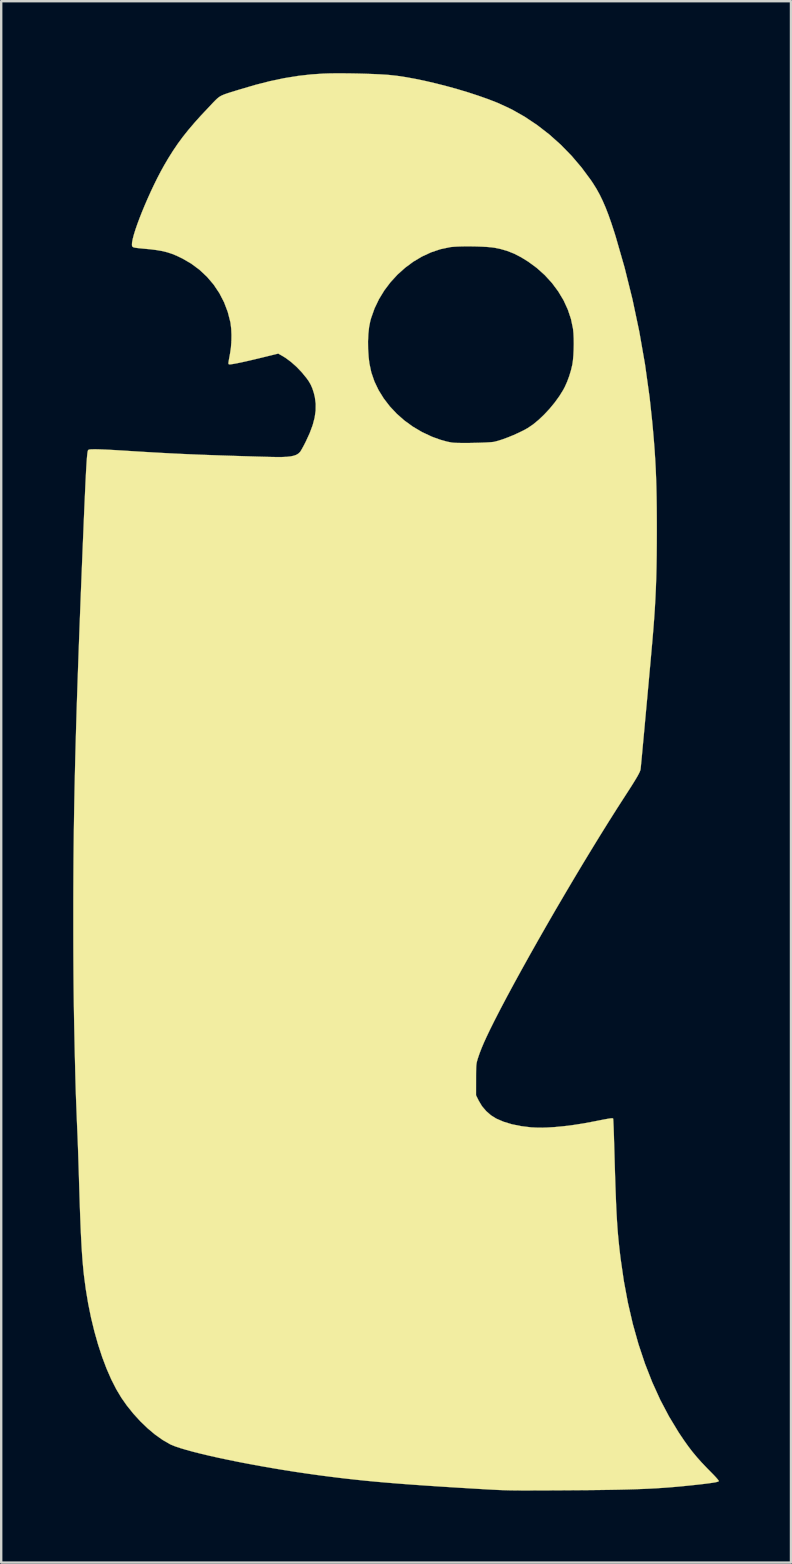
<source format=kicad_pcb>
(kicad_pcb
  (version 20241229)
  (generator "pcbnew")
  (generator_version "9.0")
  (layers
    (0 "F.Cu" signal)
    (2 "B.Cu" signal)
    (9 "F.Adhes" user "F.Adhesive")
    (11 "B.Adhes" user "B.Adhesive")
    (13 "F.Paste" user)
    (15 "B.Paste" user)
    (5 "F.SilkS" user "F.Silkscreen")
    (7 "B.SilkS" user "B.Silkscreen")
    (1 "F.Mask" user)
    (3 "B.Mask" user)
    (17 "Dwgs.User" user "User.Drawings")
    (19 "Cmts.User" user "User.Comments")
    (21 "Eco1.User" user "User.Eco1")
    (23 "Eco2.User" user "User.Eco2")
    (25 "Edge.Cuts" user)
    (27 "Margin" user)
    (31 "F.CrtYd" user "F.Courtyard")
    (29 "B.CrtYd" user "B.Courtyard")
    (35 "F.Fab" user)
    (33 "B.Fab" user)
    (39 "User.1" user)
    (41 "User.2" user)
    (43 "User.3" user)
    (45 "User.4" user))
  (footprint "gunter-silk"
    (layer "F.Cu")
    (at 16.819 27.529)
    (property "Reference" "gunter-silk" (at 0 0 0) (layer "F.SilkS") (effects (font (size 1.524 1.524) (thickness 0.3))))
    (attr through_hole)
    (fp_poly (pts (xy -5.291 -27.521) (xy -4.965 -27.515) (xy -4.639 -27.506) (xy -4.324 -27.494) (xy -4.032 -27.481) (xy -3.77 -27.465) (xy -3.658 -27.456) (xy -3.326 -27.42) (xy -2.955 -27.364) (xy -2.555 -27.291) (xy -2.131 -27.202) (xy -1.692 -27.099) (xy -1.246 -26.985) (xy -0.8 -26.861) (xy -0.361 -26.729) (xy 0.061 -26.591) (xy 0.461 -26.45) (xy 0.829 -26.307) (xy 0.902 -26.277) (xy 1.452 -26.02) (xy 1.989 -25.716) (xy 2.51 -25.368) (xy 3.011 -24.98) (xy 3.488 -24.554) (xy 3.938 -24.094) (xy 4.357 -23.602) (xy 4.742 -23.082) (xy 4.847 -22.926) (xy 4.984 -22.705) (xy 5.113 -22.471) (xy 5.236 -22.218) (xy 5.357 -21.94) (xy 5.477 -21.631) (xy 5.599 -21.285) (xy 5.725 -20.898) (xy 5.775 -20.739) (xy 6.15 -19.435) (xy 6.479 -18.109) (xy 6.763 -16.765) (xy 7.001 -15.405) (xy 7.192 -14.032) (xy 7.301 -13.018) (xy 7.34 -12.593) (xy 7.374 -12.192) (xy 7.403 -11.808) (xy 7.427 -11.433) (xy 7.447 -11.06) (xy 7.463 -10.68) (xy 7.475 -10.287) (xy 7.484 -9.872) (xy 7.49 -9.428) (xy 7.493 -8.947) (xy 7.494 -8.504) (xy 7.492 -7.945) (xy 7.488 -7.428) (xy 7.48 -6.946) (xy 7.469 -6.489) (xy 7.453 -6.05) (xy 7.433 -5.62) (xy 7.409 -5.192) (xy 7.379 -4.756) (xy 7.344 -4.305) (xy 7.315 -3.962) (xy 7.3 -3.788) (xy 7.281 -3.579) (xy 7.26 -3.342) (xy 7.237 -3.078) (xy 7.211 -2.793) (xy 7.183 -2.491) (xy 7.155 -2.174) (xy 7.125 -1.849) (xy 7.095 -1.517) (xy 7.064 -1.185) (xy 7.034 -0.855) (xy 7.004 -0.531) (xy 6.976 -0.218) (xy 6.948 0.081) (xy 6.922 0.361) (xy 6.898 0.619) (xy 6.877 0.85) (xy 6.858 1.05) (xy 6.842 1.216) (xy 6.83 1.343) (xy 6.821 1.428) (xy 6.817 1.466) (xy 6.805 1.516) (xy 6.779 1.582) (xy 6.737 1.667) (xy 6.677 1.776) (xy 6.597 1.91) (xy 6.496 2.075) (xy 6.37 2.273) (xy 6.218 2.509) (xy 6.173 2.578) (xy 5.841 3.094) (xy 5.494 3.643) (xy 5.136 4.218) (xy 4.77 4.815) (xy 4.397 5.429) (xy 4.023 6.055) (xy 3.648 6.689) (xy 3.275 7.325) (xy 2.909 7.959) (xy 2.551 8.586) (xy 2.204 9.201) (xy 1.872 9.798) (xy 1.556 10.374) (xy 1.26 10.923) (xy 0.987 11.44) (xy 0.74 11.921) (xy 0.712 11.976) (xy 0.547 12.308) (xy 0.406 12.603) (xy 0.287 12.864) (xy 0.188 13.099) (xy 0.107 13.31) (xy 0.041 13.505) (xy 0.034 13.526) (xy 0.013 13.598) (xy -0.004 13.66) (xy -0.016 13.722) (xy -0.025 13.79) (xy -0.031 13.874) (xy -0.034 13.98) (xy -0.036 14.117) (xy -0.037 14.293) (xy -0.037 14.402) (xy -0.038 15.05) (xy 0.075 15.278) (xy 0.21 15.503) (xy 0.384 15.708) (xy 0.585 15.884) (xy 0.8 16.019) (xy 1.11 16.153) (xy 1.46 16.259) (xy 1.85 16.337) (xy 2.258 16.387) (xy 2.542 16.4) (xy 2.867 16.397) (xy 3.228 16.376) (xy 3.616 16.339) (xy 4.027 16.287) (xy 4.454 16.22) (xy 4.864 16.143) (xy 5.086 16.099) (xy 5.264 16.064) (xy 5.402 16.039) (xy 5.505 16.021) (xy 5.578 16.011) (xy 5.627 16.008) (xy 5.656 16.01) (xy 5.671 16.018) (xy 5.673 16.021) (xy 5.677 16.051) (xy 5.682 16.126) (xy 5.687 16.24) (xy 5.694 16.388) (xy 5.7 16.564) (xy 5.707 16.762) (xy 5.713 16.977) (xy 5.714 17.007) (xy 5.729 17.518) (xy 5.742 17.981) (xy 5.755 18.401) (xy 5.767 18.782) (xy 5.78 19.127) (xy 5.792 19.44) (xy 5.804 19.726) (xy 5.817 19.986) (xy 5.831 20.227) (xy 5.845 20.45) (xy 5.86 20.661) (xy 5.877 20.862) (xy 5.895 21.058) (xy 5.915 21.252) (xy 5.936 21.449) (xy 5.96 21.651) (xy 5.983 21.844) (xy 6.12 22.788) (xy 6.29 23.699) (xy 6.493 24.577) (xy 6.73 25.421) (xy 6.999 26.228) (xy 7.301 27) (xy 7.635 27.735) (xy 8.002 28.431) (xy 8.399 29.088) (xy 8.446 29.159) (xy 8.632 29.435) (xy 8.808 29.682) (xy 8.984 29.911) (xy 9.168 30.132) (xy 9.368 30.356) (xy 9.595 30.594) (xy 9.755 30.756) (xy 9.86 30.863) (xy 9.95 30.959) (xy 10.02 31.039) (xy 10.064 31.095) (xy 10.078 31.121) (xy 10.059 31.138) (xy 10.013 31.155) (xy 9.936 31.173) (xy 9.824 31.192) (xy 9.673 31.213) (xy 9.481 31.238) (xy 9.243 31.265) (xy 9.119 31.279) (xy 8.832 31.309) (xy 8.556 31.337) (xy 8.286 31.362) (xy 8.02 31.384) (xy 7.752 31.404) (xy 7.478 31.422) (xy 7.195 31.437) (xy 6.898 31.45) (xy 6.584 31.462) (xy 6.249 31.472) (xy 5.888 31.481) (xy 5.497 31.488) (xy 5.073 31.494) (xy 4.611 31.499) (xy 4.107 31.503) (xy 3.558 31.507) (xy 3.404 31.508) (xy 3.022 31.51) (xy 2.686 31.511) (xy 2.39 31.512) (xy 2.13 31.513) (xy 1.901 31.513) (xy 1.698 31.512) (xy 1.515 31.51) (xy 1.348 31.507) (xy 1.191 31.503) (xy 1.04 31.498) (xy 0.889 31.492) (xy 0.733 31.484) (xy 0.568 31.476) (xy 0.389 31.466) (xy 0.267 31.459) (xy -0.389 31.42) (xy -0.997 31.383) (xy -1.563 31.347) (xy -2.089 31.312) (xy -2.581 31.278) (xy -3.042 31.244) (xy -3.475 31.21) (xy -3.886 31.176) (xy -4.277 31.141) (xy -4.653 31.105) (xy -5.018 31.067) (xy -5.376 31.028) (xy -5.73 30.987) (xy -6.085 30.943) (xy -6.444 30.897) (xy -6.629 30.872) (xy -7.107 30.805) (xy -7.588 30.734) (xy -8.068 30.658) (xy -8.546 30.578) (xy -9.016 30.496) (xy -9.476 30.412) (xy -9.922 30.326) (xy -10.351 30.239) (xy -10.759 30.153) (xy -11.142 30.067) (xy -11.497 29.983) (xy -11.821 29.901) (xy -12.11 29.822) (xy -12.361 29.747) (xy -12.57 29.677) (xy -12.733 29.611) (xy -12.789 29.585) (xy -13.095 29.407) (xy -13.407 29.186) (xy -13.717 28.926) (xy -14.021 28.634) (xy -14.312 28.315) (xy -14.585 27.975) (xy -14.811 27.653) (xy -15.027 27.292) (xy -15.234 26.885) (xy -15.43 26.437) (xy -15.613 25.952) (xy -15.782 25.435) (xy -15.936 24.89) (xy -16.074 24.322) (xy -16.194 23.734) (xy -16.294 23.133) (xy -16.369 22.568) (xy -16.391 22.364) (xy -16.411 22.15) (xy -16.431 21.923) (xy -16.449 21.68) (xy -16.466 21.416) (xy -16.482 21.127) (xy -16.498 20.811) (xy -16.513 20.462) (xy -16.528 20.078) (xy -16.543 19.655) (xy -16.558 19.188) (xy -16.574 18.674) (xy -16.574 18.669) (xy -16.582 18.391) (xy -16.591 18.109) (xy -16.6 17.83) (xy -16.609 17.563) (xy -16.617 17.314) (xy -16.625 17.094) (xy -16.632 16.908) (xy -16.637 16.777) (xy -16.653 16.411) (xy -16.666 16.089) (xy -16.677 15.805) (xy -16.687 15.55) (xy -16.696 15.318) (xy -16.704 15.103) (xy -16.711 14.897) (xy -16.717 14.694) (xy -16.723 14.486) (xy -16.729 14.267) (xy -16.735 14.03) (xy -16.738 13.881) (xy -16.753 13.283) (xy -16.765 12.727) (xy -16.776 12.205) (xy -16.785 11.708) (xy -16.793 11.227) (xy -16.799 10.755) (xy -16.804 10.283) (xy -16.808 9.802) (xy -16.811 9.304) (xy -16.813 8.78) (xy -16.814 8.223) (xy -16.814 7.623) (xy -16.814 7.62) (xy -16.814 7.01) (xy -16.812 6.41) (xy -16.809 5.817) (xy -16.805 5.228) (xy -16.799 4.641) (xy -16.792 4.052) (xy -16.783 3.459) (xy -16.773 2.858) (xy -16.761 2.248) (xy -16.747 1.625) (xy -16.732 0.987) (xy -16.714 0.33) (xy -16.695 -0.347) (xy -16.674 -1.049) (xy -16.65 -1.777) (xy -16.624 -2.535) (xy -16.596 -3.325) (xy -16.566 -4.15) (xy -16.533 -5.013) (xy -16.498 -5.917) (xy -16.46 -6.864) (xy -16.42 -7.858) (xy -16.395 -8.445) (xy -16.375 -8.939) (xy -16.356 -9.384) (xy -16.338 -9.784) (xy -16.322 -10.139) (xy -16.308 -10.453) (xy -16.294 -10.727) (xy -16.282 -10.965) (xy -16.27 -11.168) (xy -16.259 -11.339) (xy -16.249 -11.48) (xy -16.239 -11.593) (xy -16.23 -11.681) (xy -16.221 -11.745) (xy -16.212 -11.79) (xy -16.203 -11.815) (xy -16.203 -11.816) (xy -16.187 -11.836) (xy -16.157 -11.849) (xy -16.106 -11.857) (xy -16.023 -11.861) (xy -15.9 -11.862) (xy -15.88 -11.862) (xy -15.777 -11.86) (xy -15.633 -11.855) (xy -15.458 -11.848) (xy -15.26 -11.838) (xy -15.05 -11.826) (xy -14.838 -11.813) (xy -14.797 -11.811) (xy -14.355 -11.783) (xy -13.934 -11.757) (xy -13.528 -11.733) (xy -13.132 -11.711) (xy -12.739 -11.69) (xy -12.345 -11.671) (xy -11.944 -11.653) (xy -11.53 -11.636) (xy -11.097 -11.62) (xy -10.641 -11.604) (xy -10.154 -11.588) (xy -9.632 -11.572) (xy -9.069 -11.555) (xy -8.636 -11.543) (xy -8.353 -11.538) (xy -8.115 -11.539) (xy -7.918 -11.548) (xy -7.758 -11.566) (xy -7.628 -11.594) (xy -7.525 -11.631) (xy -7.443 -11.68) (xy -7.378 -11.741) (xy -7.357 -11.766) (xy -7.324 -11.819) (xy -7.273 -11.907) (xy -7.213 -12.018) (xy -7.149 -12.143) (xy -7.129 -12.182) (xy -6.966 -12.537) (xy -6.843 -12.868) (xy -6.761 -13.178) (xy -6.719 -13.473) (xy -6.716 -13.755) (xy -6.751 -14.031) (xy -6.795 -14.211) (xy -6.856 -14.399) (xy -6.925 -14.556) (xy -7.01 -14.703) (xy -7.098 -14.826) (xy -7.297 -15.069) (xy -7.515 -15.297) (xy -7.742 -15.499) (xy -7.968 -15.667) (xy -8.095 -15.745) (xy -8.277 -15.849) (xy -8.996 -15.673) (xy -9.313 -15.597) (xy -9.589 -15.533) (xy -9.824 -15.481) (xy -10.016 -15.442) (xy -10.164 -15.415) (xy -10.266 -15.401) (xy -10.322 -15.401) (xy -10.326 -15.402) (xy -10.34 -15.408) (xy -10.349 -15.419) (xy -10.353 -15.443) (xy -10.35 -15.484) (xy -10.339 -15.552) (xy -10.322 -15.653) (xy -10.295 -15.795) (xy -10.283 -15.862) (xy -10.248 -16.101) (xy -10.229 -16.356) (xy -4.538 -16.356) (xy -4.534 -16.03) (xy -4.512 -15.701) (xy -4.481 -15.443) (xy -4.4 -15.063) (xy -4.272 -14.69) (xy -4.099 -14.328) (xy -3.884 -13.981) (xy -3.631 -13.651) (xy -3.342 -13.343) (xy -3.02 -13.059) (xy -2.668 -12.804) (xy -2.29 -12.581) (xy -1.888 -12.392) (xy -1.836 -12.371) (xy -1.528 -12.26) (xy -1.245 -12.181) (xy -1.052 -12.143) (xy -0.966 -12.134) (xy -0.839 -12.128) (xy -0.68 -12.125) (xy -0.497 -12.124) (xy -0.3 -12.125) (xy -0.098 -12.129) (xy 0.102 -12.134) (xy 0.29 -12.141) (xy 0.457 -12.149) (xy 0.595 -12.159) (xy 0.695 -12.169) (xy 0.726 -12.175) (xy 0.889 -12.218) (xy 1.084 -12.281) (xy 1.299 -12.361) (xy 1.521 -12.452) (xy 1.738 -12.55) (xy 1.939 -12.648) (xy 2.111 -12.743) (xy 2.113 -12.744) (xy 2.336 -12.895) (xy 2.568 -13.086) (xy 2.801 -13.308) (xy 3.029 -13.552) (xy 3.242 -13.811) (xy 3.433 -14.075) (xy 3.595 -14.336) (xy 3.661 -14.46) (xy 3.756 -14.672) (xy 3.845 -14.912) (xy 3.92 -15.159) (xy 3.975 -15.392) (xy 3.977 -15.405) (xy 4.001 -15.575) (xy 4.019 -15.782) (xy 4.03 -16.01) (xy 4.035 -16.248) (xy 4.032 -16.479) (xy 4.022 -16.692) (xy 4.005 -16.87) (xy 4.002 -16.888) (xy 3.918 -17.291) (xy 3.785 -17.686) (xy 3.608 -18.071) (xy 3.387 -18.439) (xy 3.127 -18.789) (xy 2.829 -19.115) (xy 2.496 -19.414) (xy 2.144 -19.674) (xy 1.84 -19.862) (xy 1.551 -20.011) (xy 1.265 -20.125) (xy 0.971 -20.21) (xy 0.737 -20.258) (xy 0.591 -20.277) (xy 0.406 -20.293) (xy 0.193 -20.304) (xy -0.038 -20.312) (xy -0.275 -20.316) (xy -0.508 -20.316) (xy -0.726 -20.311) (xy -0.919 -20.302) (xy -1.075 -20.289) (xy -1.116 -20.283) (xy -1.517 -20.199) (xy -1.909 -20.068) (xy -2.287 -19.893) (xy -2.65 -19.678) (xy -2.991 -19.425) (xy -3.309 -19.14) (xy -3.599 -18.824) (xy -3.858 -18.482) (xy -4.081 -18.116) (xy -4.266 -17.731) (xy -4.408 -17.329) (xy -4.444 -17.201) (xy -4.493 -16.952) (xy -4.524 -16.667) (xy -4.538 -16.356) (xy -10.229 -16.356) (xy -10.229 -16.361) (xy -10.225 -16.626) (xy -10.236 -16.88) (xy -10.262 -17.105) (xy -10.271 -17.157) (xy -10.38 -17.582) (xy -10.534 -17.987) (xy -10.731 -18.368) (xy -10.969 -18.723) (xy -11.246 -19.048) (xy -11.559 -19.341) (xy -11.907 -19.599) (xy -12.265 -19.807) (xy -12.487 -19.914) (xy -12.695 -20.001) (xy -12.902 -20.069) (xy -13.119 -20.122) (xy -13.358 -20.163) (xy -13.632 -20.197) (xy -13.745 -20.207) (xy -13.937 -20.225) (xy -14.084 -20.24) (xy -14.193 -20.253) (xy -14.27 -20.266) (xy -14.32 -20.282) (xy -14.349 -20.301) (xy -14.363 -20.325) (xy -14.37 -20.355) (xy -14.372 -20.378) (xy -14.367 -20.479) (xy -14.34 -20.62) (xy -14.294 -20.797) (xy -14.23 -21.004) (xy -14.15 -21.236) (xy -14.056 -21.489) (xy -13.95 -21.758) (xy -13.834 -22.038) (xy -13.71 -22.324) (xy -13.58 -22.612) (xy -13.446 -22.895) (xy -13.31 -23.171) (xy -13.173 -23.433) (xy -13.043 -23.669) (xy -12.851 -23.997) (xy -12.658 -24.303) (xy -12.46 -24.595) (xy -12.25 -24.88) (xy -12.022 -25.166) (xy -11.771 -25.461) (xy -11.491 -25.773) (xy -11.206 -26.075) (xy -11.081 -26.208) (xy -10.98 -26.316) (xy -10.895 -26.402) (xy -10.822 -26.472) (xy -10.753 -26.528) (xy -10.681 -26.575) (xy -10.6 -26.615) (xy -10.504 -26.654) (xy -10.385 -26.695) (xy -10.238 -26.742) (xy -10.055 -26.798) (xy -9.852 -26.86) (xy -9.218 -27.046) (xy -8.614 -27.2) (xy -8.033 -27.322) (xy -7.469 -27.414) (xy -6.912 -27.478) (xy -6.401 -27.512) (xy -6.174 -27.52) (xy -5.906 -27.524) (xy -5.609 -27.524) (xy -5.291 -27.521)) (stroke (width 0.01) (type solid)) (fill yes) (layer "F.SilkS")))
  (gr_rect
    (start -3 -3)
    (end 29.902 62.047)
    (stroke (width 0.1) (type default))
    (fill no)
    (layer "Edge.Cuts")))
</source>
